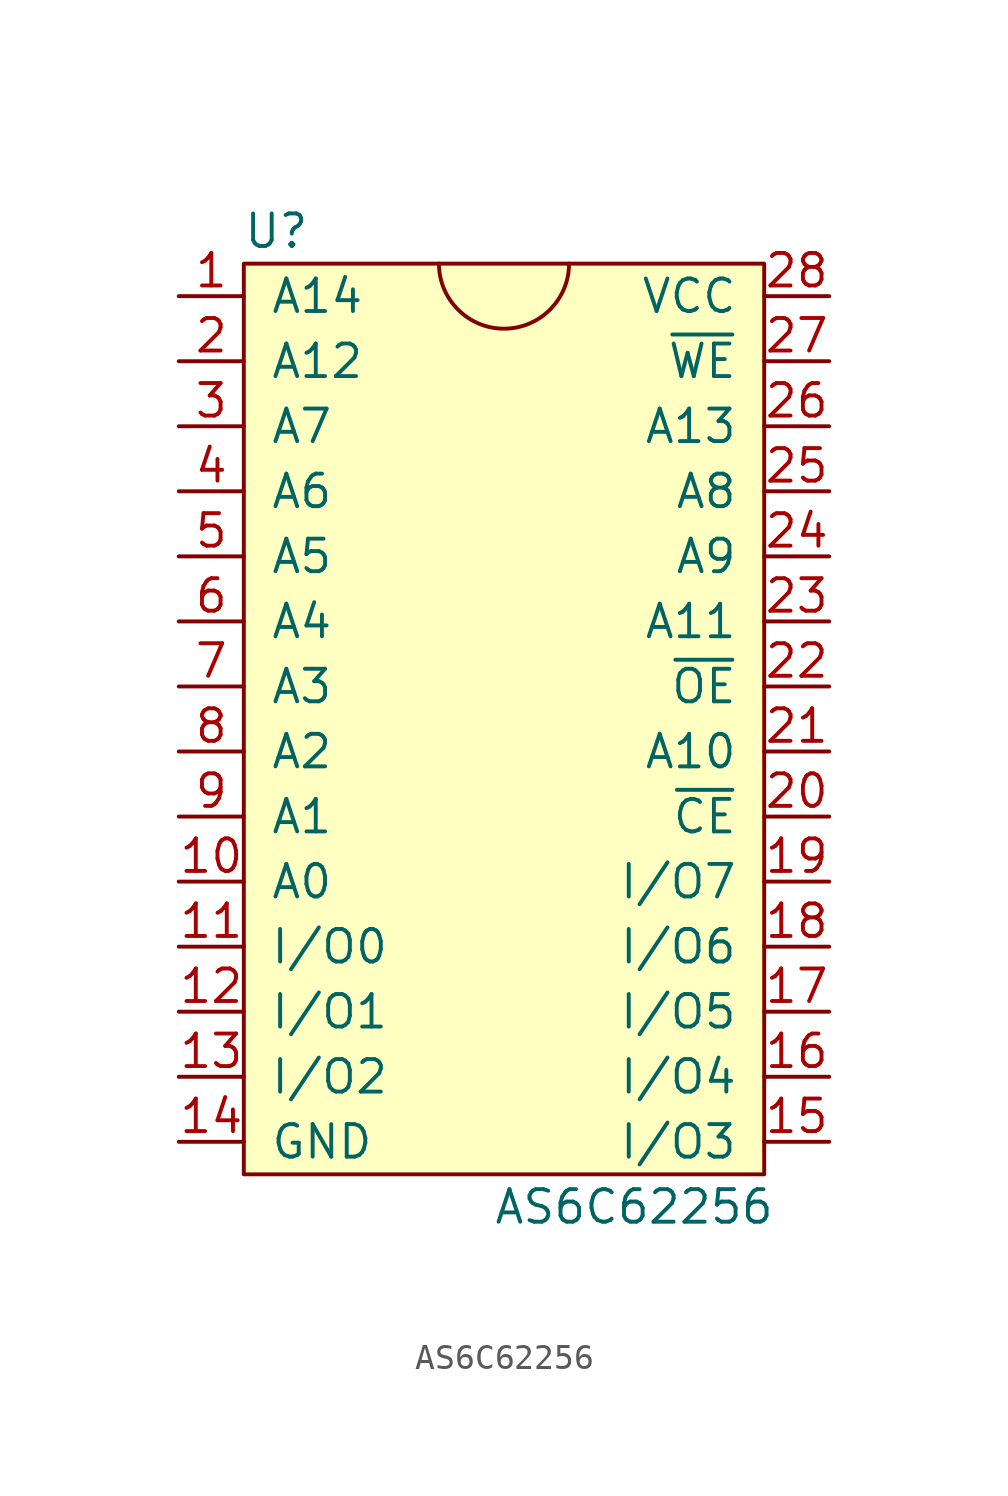
<source format=kicad_sym>
(kicad_symbol_lib
  (version 20211014)
  (generator kicad_symbol_editor)
  (symbol "AS6C62256"
    (pin_names
      (offset 1.016))
    (property "Reference" "U"
      (at -8.89 20.32 0)
      (effects (font (size 1.27 1.27))))
    (property "Value" "AS6C62256"
      (at 5.08 -17.78 0)
      (effects (font (size 1.27 1.27))))
    (symbol "AS6C62256_0_1"
      (rectangle (start -10.16 19.05) (end 10.16 -16.51) (stroke (width 0) (type default) (color 0 0 0 0)) (fill (type background)))
      (arc (start -2.54 19.05) (mid 0 16.51) (end 2.54 19.05) (stroke (width 0) (type default) (color 0 0 0 0)) (fill (type none))))
    (symbol "AS6C62256_1_1"
      (pin input line (at -12.7 17.78 0) (length 2.54) (name "A14" (effects (font (size 1.27 1.27)))) (number "1" (effects (font (size 1.27 1.27)))))
      (pin input line (at -12.7 -5.08 0) (length 2.54) (name "A0" (effects (font (size 1.27 1.27)))) (number "10" (effects (font (size 1.27 1.27)))))
      (pin bidirectional line (at -12.7 -7.62 0) (length 2.54) (name "I/O0" (effects (font (size 1.27 1.27)))) (number "11" (effects (font (size 1.27 1.27)))))
      (pin bidirectional line (at -12.7 -10.16 0) (length 2.54) (name "I/O1" (effects (font (size 1.27 1.27)))) (number "12" (effects (font (size 1.27 1.27)))))
      (pin bidirectional line (at -12.7 -12.7 0) (length 2.54) (name "I/O2" (effects (font (size 1.27 1.27)))) (number "13" (effects (font (size 1.27 1.27)))))
      (pin power_in line (at -12.7 -15.24 0) (length 2.54) (name "GND" (effects (font (size 1.27 1.27)))) (number "14" (effects (font (size 1.27 1.27)))))
      (pin bidirectional line (at 12.7 -15.24 180) (length 2.54) (name "I/O3" (effects (font (size 1.27 1.27)))) (number "15" (effects (font (size 1.27 1.27)))))
      (pin bidirectional line (at 12.7 -12.7 180) (length 2.54) (name "I/O4" (effects (font (size 1.27 1.27)))) (number "16" (effects (font (size 1.27 1.27)))))
      (pin bidirectional line (at 12.7 -10.16 180) (length 2.54) (name "I/O5" (effects (font (size 1.27 1.27)))) (number "17" (effects (font (size 1.27 1.27)))))
      (pin bidirectional line (at 12.7 -7.62 180) (length 2.54) (name "I/O6" (effects (font (size 1.27 1.27)))) (number "18" (effects (font (size 1.27 1.27)))))
      (pin bidirectional line (at 12.7 -5.08 180) (length 2.54) (name "I/O7" (effects (font (size 1.27 1.27)))) (number "19" (effects (font (size 1.27 1.27)))))
      (pin input line (at -12.7 15.24 0) (length 2.54) (name "A12" (effects (font (size 1.27 1.27)))) (number "2" (effects (font (size 1.27 1.27)))))
      (pin input line (at 12.7 -2.54 180) (length 2.54) (name "~{CE}" (effects (font (size 1.27 1.27)))) (number "20" (effects (font (size 1.27 1.27)))))
      (pin input line (at 12.7 0 180) (length 2.54) (name "A10" (effects (font (size 1.27 1.27)))) (number "21" (effects (font (size 1.27 1.27)))))
      (pin input line (at 12.7 2.54 180) (length 2.54) (name "~{OE}" (effects (font (size 1.27 1.27)))) (number "22" (effects (font (size 1.27 1.27)))))
      (pin input line (at 12.7 5.08 180) (length 2.54) (name "A11" (effects (font (size 1.27 1.27)))) (number "23" (effects (font (size 1.27 1.27)))))
      (pin input line (at 12.7 7.62 180) (length 2.54) (name "A9" (effects (font (size 1.27 1.27)))) (number "24" (effects (font (size 1.27 1.27)))))
      (pin input line (at 12.7 10.16 180) (length 2.54) (name "A8" (effects (font (size 1.27 1.27)))) (number "25" (effects (font (size 1.27 1.27)))))
      (pin input line (at 12.7 12.7 180) (length 2.54) (name "A13" (effects (font (size 1.27 1.27)))) (number "26" (effects (font (size 1.27 1.27)))))
      (pin input line (at 12.7 15.24 180) (length 2.54) (name "~{WE}" (effects (font (size 1.27 1.27)))) (number "27" (effects (font (size 1.27 1.27)))))
      (pin power_in line (at 12.7 17.78 180) (length 2.54) (name "VCC" (effects (font (size 1.27 1.27)))) (number "28" (effects (font (size 1.27 1.27)))))
      (pin input line (at -12.7 12.7 0) (length 2.54) (name "A7" (effects (font (size 1.27 1.27)))) (number "3" (effects (font (size 1.27 1.27)))))
      (pin input line (at -12.7 10.16 0) (length 2.54) (name "A6" (effects (font (size 1.27 1.27)))) (number "4" (effects (font (size 1.27 1.27)))))
      (pin input line (at -12.7 7.62 0) (length 2.54) (name "A5" (effects (font (size 1.27 1.27)))) (number "5" (effects (font (size 1.27 1.27)))))
      (pin input line (at -12.7 5.08 0) (length 2.54) (name "A4" (effects (font (size 1.27 1.27)))) (number "6" (effects (font (size 1.27 1.27)))))
      (pin input line (at -12.7 2.54 0) (length 2.54) (name "A3" (effects (font (size 1.27 1.27)))) (number "7" (effects (font (size 1.27 1.27)))))
      (pin input line (at -12.7 0 0) (length 2.54) (name "A2" (effects (font (size 1.27 1.27)))) (number "8" (effects (font (size 1.27 1.27)))))
      (pin input line (at -12.7 -2.54 0) (length 2.54) (name "A1" (effects (font (size 1.27 1.27)))) (number "9" (effects (font (size 1.27 1.27))))))))
</source>
